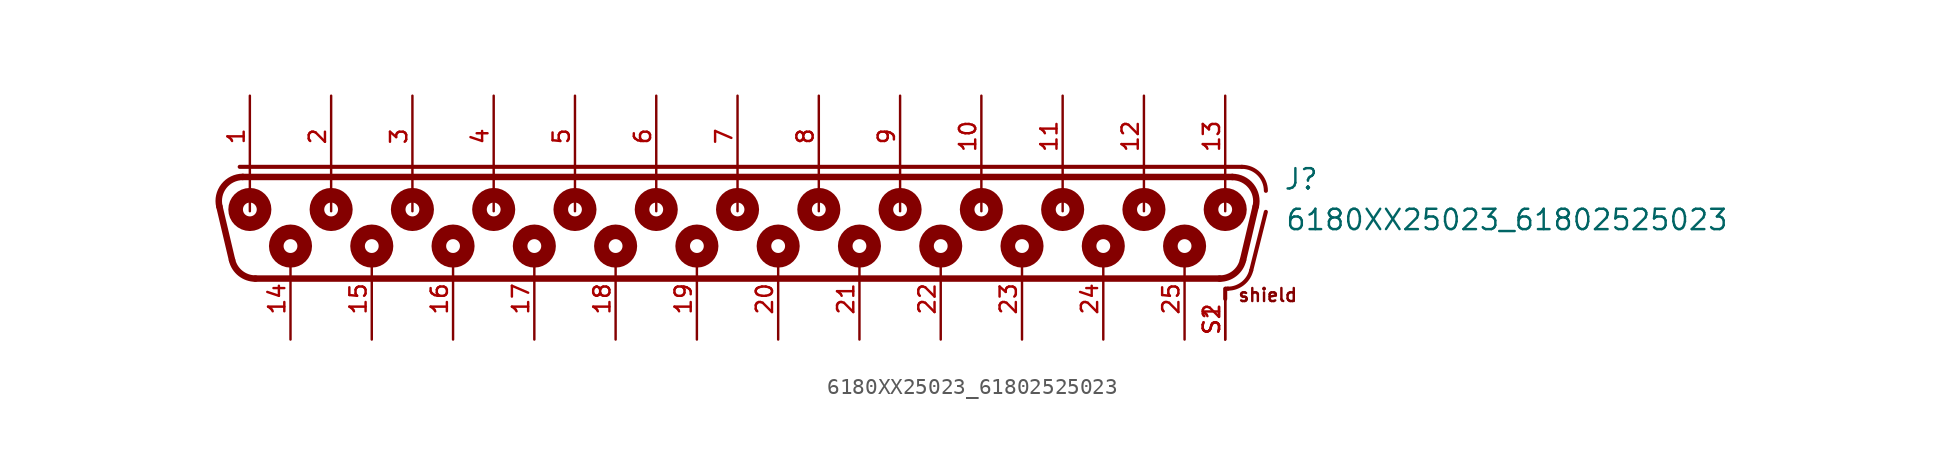
<source format=kicad_sym>
(kicad_symbol_lib
  (version 20211014)
  (generator kicad_symbol_editor)
  (symbol "6180XX25023_61802525023"
    (pin_names
      (offset 1.016))
    (property "Reference" "J"
      (at 34.1 1.66 0)
      (effects (font (size 1.27 1.27)) (justify bottom left)))
    (property "Value" "6180XX25023_61802525023"
      (at 34.2 -0.88 0)
      (effects (font (size 1.27 1.27)) (justify bottom left)))
    (symbol "6180XX25023_61802525023_0_0"
      (polyline (pts (xy -30.924 2.54) (xy 30.924 2.54)) (stroke (width 0.406)))
      (arc (start 32.3842125 0.695165625) (mid 32.0983 1.9738) (end 30.9243875 2.54) (stroke (width 0.4064) (type default) (color 0 0 0 0)) (fill (type none)))
      (polyline (pts (xy 32.384 0.695) (xy 31.593 -2.655)) (stroke (width 0.406)))
      (arc (start 30.13305 -3.81) (mid 31.0608 -3.4886) (end 31.592871875 -2.65484375) (stroke (width 0.4064) (type default) (color 0 0 0 0)) (fill (type none)))
      (polyline (pts (xy 30.133 -3.81) (xy -30.133 -3.81)) (stroke (width 0.406)))
      (arc (start -32.3842125 0.695165625) (mid -32.0983 1.9738) (end -30.9243875 2.54) (stroke (width 0.4064) (type default) (color 0 0 0 0)) (fill (type none)))
      (arc (start -31.592871875 -2.65484375) (mid -31.0668 -3.4839) (end -30.13305 -3.81) (stroke (width 0.4064) (type default) (color 0 0 0 0)) (fill (type none)))
      (polyline (pts (xy -31.593 -2.655) (xy -32.384 0.695)) (stroke (width 0.406)))
      (polyline (pts (xy -31.115 3.175) (xy 31.52 3.175)) (stroke (width 0.254)))
      (arc (start 33.02 1.675) (mid 32.5807 2.7357) (end 31.52 3.175) (stroke (width 0.254) (type default) (color 0 0 0 0)) (fill (type none)))
      (polyline (pts (xy 30.48 -4.445) (xy 30.48 -5.08)) (stroke (width 0.254)))
      (polyline (pts (xy 30.52 -4.44) (xy 30.649 -4.44)) (stroke (width 0.254)))
      (arc (start 32.10405 -3.3038) (mid 31.5723 -4.122) (end 30.648834375 -4.44) (stroke (width 0.254) (type default) (color 0 0 0 0)) (fill (type none)))
      (polyline (pts (xy 32.104 -3.304) (xy 33.02 0.36)) (stroke (width 0.254)))
      (polyline (pts (xy -30.48 2.58) (xy -30.48 0.4)) (stroke (width 0.152)))
      (polyline (pts (xy 15.24 2.58) (xy 15.24 0.4)) (stroke (width 0.152)))
      (polyline (pts (xy 20.32 2.58) (xy 20.32 0.4)) (stroke (width 0.152)))
      (polyline (pts (xy 25.4 2.58) (xy 25.4 0.4)) (stroke (width 0.152)))
      (polyline (pts (xy 30.48 2.58) (xy 30.48 0.4)) (stroke (width 0.152)))
      (polyline (pts (xy 0.0 2.58) (xy 0.0 0.4)) (stroke (width 0.152)))
      (polyline (pts (xy 5.08 2.58) (xy 5.08 0.4)) (stroke (width 0.152)))
      (polyline (pts (xy 10.16 2.58) (xy 10.16 0.4)) (stroke (width 0.152)))
      (polyline (pts (xy -10.16 2.58) (xy -10.16 0.4)) (stroke (width 0.152)))
      (polyline (pts (xy -5.08 2.58) (xy -5.08 0.4)) (stroke (width 0.152)))
      (polyline (pts (xy -25.4 2.58) (xy -25.4 0.4)) (stroke (width 0.152)))
      (polyline (pts (xy -20.32 2.58) (xy -20.32 0.4)) (stroke (width 0.152)))
      (polyline (pts (xy -15.24 2.58) (xy -15.24 0.4)) (stroke (width 0.152)))
      (text "shield" (at 31.22 -5.32 0) (effects (font (size 0.813 0.813)) (justify bottom left)))
      (circle (center 30.48 0.508) (radius 0.762) (stroke (width 0.254)) (fill (type none)))
      (circle (center 25.4 0.508) (radius 0.762) (stroke (width 0.254)) (fill (type none)))
      (circle (center 20.32 0.508) (radius 0.762) (stroke (width 0.254)) (fill (type none)))
      (circle (center 15.24 0.508) (radius 0.762) (stroke (width 0.254)) (fill (type none)))
      (circle (center -30.48 0.508) (radius 0.762) (stroke (width 0.254)) (fill (type none)))
      (circle (center 27.94 -1.778) (radius 0.762) (stroke (width 0.254)) (fill (type none)))
      (circle (center 22.86 -1.778) (radius 0.762) (stroke (width 0.254)) (fill (type none)))
      (circle (center 17.78 -1.778) (radius 0.762) (stroke (width 0.254)) (fill (type none)))
      (circle (center 12.7 -1.778) (radius 0.762) (stroke (width 0.254)) (fill (type none)))
      (circle (center 30.48 0.508) (radius 0.432) (stroke (width 0.914)) (fill (type none)))
      (circle (center 25.4 0.508) (radius 0.432) (stroke (width 0.914)) (fill (type none)))
      (circle (center 20.32 0.508) (radius 0.432) (stroke (width 0.914)) (fill (type none)))
      (circle (center 15.24 0.508) (radius 0.432) (stroke (width 0.914)) (fill (type none)))
      (circle (center -30.48 0.508) (radius 0.432) (stroke (width 0.914)) (fill (type none)))
      (circle (center 12.7 -1.778) (radius 0.432) (stroke (width 0.914)) (fill (type none)))
      (circle (center 17.78 -1.778) (radius 0.432) (stroke (width 0.914)) (fill (type none)))
      (circle (center 22.86 -1.778) (radius 0.432) (stroke (width 0.914)) (fill (type none)))
      (circle (center 27.94 -1.778) (radius 0.432) (stroke (width 0.914)) (fill (type none)))
      (circle (center 10.16 0.508) (radius 0.762) (stroke (width 0.254)) (fill (type none)))
      (circle (center 5.08 0.508) (radius 0.762) (stroke (width 0.254)) (fill (type none)))
      (circle (center 0.0 0.508) (radius 0.762) (stroke (width 0.254)) (fill (type none)))
      (circle (center 7.62 -1.778) (radius 0.762) (stroke (width 0.254)) (fill (type none)))
      (circle (center 2.54 -1.778) (radius 0.762) (stroke (width 0.254)) (fill (type none)))
      (circle (center -2.54 -1.778) (radius 0.762) (stroke (width 0.254)) (fill (type none)))
      (circle (center 10.16 0.508) (radius 0.432) (stroke (width 0.914)) (fill (type none)))
      (circle (center 5.08 0.508) (radius 0.432) (stroke (width 0.914)) (fill (type none)))
      (circle (center 0.0 0.508) (radius 0.432) (stroke (width 0.914)) (fill (type none)))
      (circle (center -2.54 -1.778) (radius 0.432) (stroke (width 0.914)) (fill (type none)))
      (circle (center 2.54 -1.778) (radius 0.432) (stroke (width 0.914)) (fill (type none)))
      (circle (center 7.62 -1.778) (radius 0.432) (stroke (width 0.914)) (fill (type none)))
      (circle (center -5.08 0.508) (radius 0.762) (stroke (width 0.254)) (fill (type none)))
      (circle (center -10.16 0.508) (radius 0.762) (stroke (width 0.254)) (fill (type none)))
      (circle (center -7.62 -1.778) (radius 0.762) (stroke (width 0.254)) (fill (type none)))
      (circle (center -12.7 -1.778) (radius 0.762) (stroke (width 0.254)) (fill (type none)))
      (circle (center -5.08 0.508) (radius 0.432) (stroke (width 0.914)) (fill (type none)))
      (circle (center -10.16 0.508) (radius 0.432) (stroke (width 0.914)) (fill (type none)))
      (circle (center -12.7 -1.778) (radius 0.432) (stroke (width 0.914)) (fill (type none)))
      (circle (center -7.62 -1.778) (radius 0.432) (stroke (width 0.914)) (fill (type none)))
      (circle (center -15.24 0.508) (radius 0.762) (stroke (width 0.254)) (fill (type none)))
      (circle (center -20.32 0.508) (radius 0.762) (stroke (width 0.254)) (fill (type none)))
      (circle (center -25.4 0.508) (radius 0.762) (stroke (width 0.254)) (fill (type none)))
      (circle (center -17.78 -1.778) (radius 0.762) (stroke (width 0.254)) (fill (type none)))
      (circle (center -22.86 -1.778) (radius 0.762) (stroke (width 0.254)) (fill (type none)))
      (circle (center -27.94 -1.778) (radius 0.762) (stroke (width 0.254)) (fill (type none)))
      (circle (center -15.24 0.508) (radius 0.432) (stroke (width 0.914)) (fill (type none)))
      (circle (center -20.32 0.508) (radius 0.432) (stroke (width 0.914)) (fill (type none)))
      (circle (center -25.4 0.508) (radius 0.432) (stroke (width 0.914)) (fill (type none)))
      (circle (center -27.94 -1.778) (radius 0.432) (stroke (width 0.914)) (fill (type none)))
      (circle (center -22.86 -1.778) (radius 0.432) (stroke (width 0.914)) (fill (type none)))
      (circle (center -17.78 -1.778) (radius 0.432) (stroke (width 0.914)) (fill (type none)))
      (pin bidirectional line (at -30.48 7.62 270.0) (length 5.08) (name "~" (effects (font (size 1.016 1.016)))) (number "1" (effects (font (size 1.016 1.016)))))
      (pin bidirectional line (at -25.4 7.62 270.0) (length 5.08) (name "~" (effects (font (size 1.016 1.016)))) (number "2" (effects (font (size 1.016 1.016)))))
      (pin bidirectional line (at -20.32 7.62 270.0) (length 5.08) (name "~" (effects (font (size 1.016 1.016)))) (number "3" (effects (font (size 1.016 1.016)))))
      (pin bidirectional line (at -15.24 7.62 270.0) (length 5.08) (name "~" (effects (font (size 1.016 1.016)))) (number "4" (effects (font (size 1.016 1.016)))))
      (pin bidirectional line (at -10.16 7.62 270.0) (length 5.08) (name "~" (effects (font (size 1.016 1.016)))) (number "5" (effects (font (size 1.016 1.016)))))
      (pin bidirectional line (at -5.08 7.62 270.0) (length 5.08) (name "~" (effects (font (size 1.016 1.016)))) (number "6" (effects (font (size 1.016 1.016)))))
      (pin bidirectional line (at 0.0 7.62 270.0) (length 5.08) (name "~" (effects (font (size 1.016 1.016)))) (number "7" (effects (font (size 1.016 1.016)))))
      (pin bidirectional line (at 5.08 7.62 270.0) (length 5.08) (name "~" (effects (font (size 1.016 1.016)))) (number "8" (effects (font (size 1.016 1.016)))))
      (pin bidirectional line (at 10.16 7.62 270.0) (length 5.08) (name "~" (effects (font (size 1.016 1.016)))) (number "9" (effects (font (size 1.016 1.016)))))
      (pin bidirectional line (at 15.24 7.62 270.0) (length 5.08) (name "~" (effects (font (size 1.016 1.016)))) (number "10" (effects (font (size 1.016 1.016)))))
      (pin bidirectional line (at 20.32 7.62 270.0) (length 5.08) (name "~" (effects (font (size 1.016 1.016)))) (number "11" (effects (font (size 1.016 1.016)))))
      (pin bidirectional line (at 25.4 7.62 270.0) (length 5.08) (name "~" (effects (font (size 1.016 1.016)))) (number "12" (effects (font (size 1.016 1.016)))))
      (pin bidirectional line (at 30.48 7.62 270.0) (length 5.08) (name "~" (effects (font (size 1.016 1.016)))) (number "13" (effects (font (size 1.016 1.016)))))
      (pin bidirectional line (at -27.94 -7.62 90.0) (length 5.08) (name "~" (effects (font (size 1.016 1.016)))) (number "14" (effects (font (size 1.016 1.016)))))
      (pin bidirectional line (at -22.86 -7.62 90.0) (length 5.08) (name "~" (effects (font (size 1.016 1.016)))) (number "15" (effects (font (size 1.016 1.016)))))
      (pin bidirectional line (at -17.78 -7.62 90.0) (length 5.08) (name "~" (effects (font (size 1.016 1.016)))) (number "16" (effects (font (size 1.016 1.016)))))
      (pin bidirectional line (at -12.7 -7.62 90.0) (length 5.08) (name "~" (effects (font (size 1.016 1.016)))) (number "17" (effects (font (size 1.016 1.016)))))
      (pin bidirectional line (at -7.62 -7.62 90.0) (length 5.08) (name "~" (effects (font (size 1.016 1.016)))) (number "18" (effects (font (size 1.016 1.016)))))
      (pin bidirectional line (at -2.54 -7.62 90.0) (length 5.08) (name "~" (effects (font (size 1.016 1.016)))) (number "19" (effects (font (size 1.016 1.016)))))
      (pin bidirectional line (at 2.54 -7.62 90.0) (length 5.08) (name "~" (effects (font (size 1.016 1.016)))) (number "20" (effects (font (size 1.016 1.016)))))
      (pin bidirectional line (at 7.62 -7.62 90.0) (length 5.08) (name "~" (effects (font (size 1.016 1.016)))) (number "21" (effects (font (size 1.016 1.016)))))
      (pin bidirectional line (at 12.7 -7.62 90.0) (length 5.08) (name "~" (effects (font (size 1.016 1.016)))) (number "22" (effects (font (size 1.016 1.016)))))
      (pin bidirectional line (at 17.78 -7.62 90.0) (length 5.08) (name "~" (effects (font (size 1.016 1.016)))) (number "23" (effects (font (size 1.016 1.016)))))
      (pin bidirectional line (at 22.86 -7.62 90.0) (length 5.08) (name "~" (effects (font (size 1.016 1.016)))) (number "24" (effects (font (size 1.016 1.016)))))
      (pin bidirectional line (at 27.94 -7.62 90.0) (length 5.08) (name "~" (effects (font (size 1.016 1.016)))) (number "25" (effects (font (size 1.016 1.016)))))
      (pin bidirectional line (at 30.48 -7.62 90.0) (length 2.54) (name "~" (effects (font (size 1.016 1.016)))) (number "S1" (effects (font (size 1.016 1.016)))))
      (pin bidirectional line (at 30.48 -7.62 90.0) (length 2.54) (name "~" (effects (font (size 1.016 1.016)))) (number "S2" (effects (font (size 1.016 1.016))))))))
</source>
